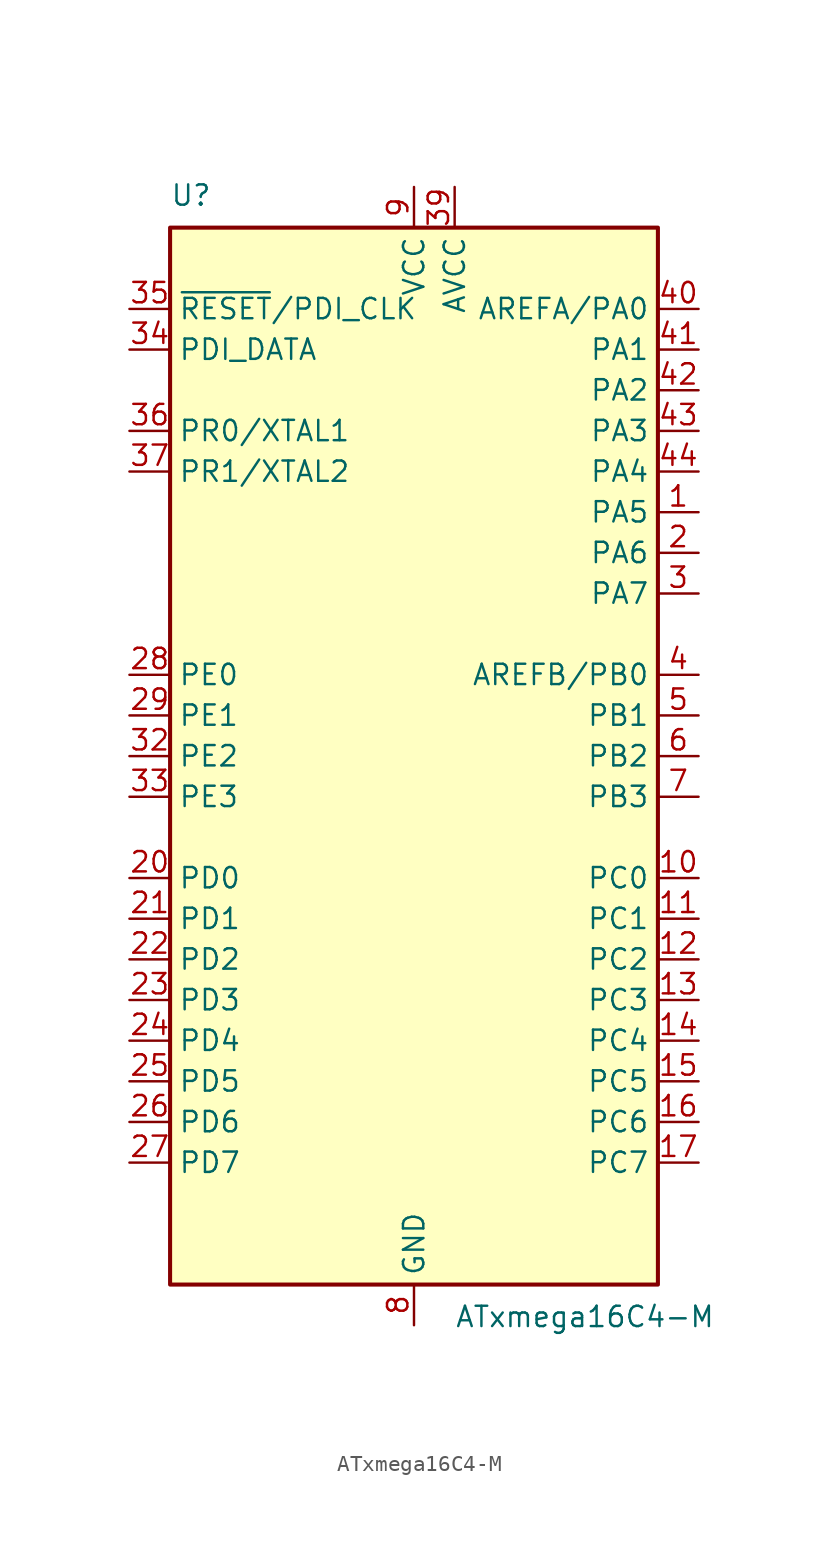
<source format=kicad_sym>
(kicad_symbol_lib
  (version 20241209)
  (generator "kicad_symbol_editor")
  (generator_version "9.0")
  (symbol "ATxmega16C4-M"
    (property "Reference" "U"
      (at -15.24 34.29 0)
      (effects (font (size 1.27 1.27)) (justify left bottom)))
    (property "Value" "ATxmega16C4-M"
      (at 2.54 -34.29 0)
      (effects (font (size 1.27 1.27)) (justify left top)))
    (symbol "ATxmega16C4-M_0_1"
      (rectangle (start -15.24 -33.02) (end 15.24 33.02) (stroke (width 0.254) (type default)) (fill (type background))))
    (symbol "ATxmega16C4-M_1_1"
      (pin input line (at -17.78 27.94 0) (length 2.54) (name "~{RESET}/PDI_CLK" (effects (font (size 1.27 1.27)))) (number "35" (effects (font (size 1.27 1.27)))))
      (pin bidirectional line (at -17.78 25.4 0) (length 2.54) (name "PDI_DATA" (effects (font (size 1.27 1.27)))) (number "34" (effects (font (size 1.27 1.27)))))
      (pin bidirectional line (at -17.78 20.32 0) (length 2.54) (name "PR0/XTAL1" (effects (font (size 1.27 1.27)))) (number "36" (effects (font (size 1.27 1.27)))))
      (pin bidirectional line (at -17.78 17.78 0) (length 2.54) (name "PR1/XTAL2" (effects (font (size 1.27 1.27)))) (number "37" (effects (font (size 1.27 1.27)))))
      (pin bidirectional line (at -17.78 5.08 0) (length 2.54) (name "PE0" (effects (font (size 1.27 1.27)))) (number "28" (effects (font (size 1.27 1.27)))))
      (pin bidirectional line (at -17.78 2.54 0) (length 2.54) (name "PE1" (effects (font (size 1.27 1.27)))) (number "29" (effects (font (size 1.27 1.27)))))
      (pin bidirectional line (at -17.78 0 0) (length 2.54) (name "PE2" (effects (font (size 1.27 1.27)))) (number "32" (effects (font (size 1.27 1.27)))))
      (pin bidirectional line (at -17.78 -2.54 0) (length 2.54) (name "PE3" (effects (font (size 1.27 1.27)))) (number "33" (effects (font (size 1.27 1.27)))))
      (pin bidirectional line (at -17.78 -7.62 0) (length 2.54) (name "PD0" (effects (font (size 1.27 1.27)))) (number "20" (effects (font (size 1.27 1.27)))))
      (pin bidirectional line (at -17.78 -10.16 0) (length 2.54) (name "PD1" (effects (font (size 1.27 1.27)))) (number "21" (effects (font (size 1.27 1.27)))))
      (pin bidirectional line (at -17.78 -12.7 0) (length 2.54) (name "PD2" (effects (font (size 1.27 1.27)))) (number "22" (effects (font (size 1.27 1.27)))))
      (pin bidirectional line (at -17.78 -15.24 0) (length 2.54) (name "PD3" (effects (font (size 1.27 1.27)))) (number "23" (effects (font (size 1.27 1.27)))))
      (pin bidirectional line (at -17.78 -17.78 0) (length 2.54) (name "PD4" (effects (font (size 1.27 1.27)))) (number "24" (effects (font (size 1.27 1.27)))))
      (pin bidirectional line (at -17.78 -20.32 0) (length 2.54) (name "PD5" (effects (font (size 1.27 1.27)))) (number "25" (effects (font (size 1.27 1.27)))))
      (pin bidirectional line (at -17.78 -22.86 0) (length 2.54) (name "PD6" (effects (font (size 1.27 1.27)))) (number "26" (effects (font (size 1.27 1.27)))))
      (pin bidirectional line (at -17.78 -25.4 0) (length 2.54) (name "PD7" (effects (font (size 1.27 1.27)))) (number "27" (effects (font (size 1.27 1.27)))))
      (pin passive line (at 0 35.56 270) (length 2.54) (hide yes) (name "VCC" (effects (font (size 1.27 1.27)))) (number "19" (effects (font (size 1.27 1.27)))))
      (pin passive line (at 0 35.56 270) (length 2.54) (hide yes) (name "VCC" (effects (font (size 1.27 1.27)))) (number "31" (effects (font (size 1.27 1.27)))))
      (pin power_in line (at 0 35.56 270) (length 2.54) (name "VCC" (effects (font (size 1.27 1.27)))) (number "9" (effects (font (size 1.27 1.27)))))
      (pin passive line (at 0 -35.56 90) (length 2.54) (hide yes) (name "GND" (effects (font (size 1.27 1.27)))) (number "18" (effects (font (size 1.27 1.27)))))
      (pin passive line (at 0 -35.56 90) (length 2.54) (hide yes) (name "GND" (effects (font (size 1.27 1.27)))) (number "30" (effects (font (size 1.27 1.27)))))
      (pin passive line (at 0 -35.56 90) (length 2.54) (hide yes) (name "GND" (effects (font (size 1.27 1.27)))) (number "38" (effects (font (size 1.27 1.27)))))
      (pin passive line (at 0 -35.56 90) (length 2.54) (hide yes) (name "GND" (effects (font (size 1.27 1.27)))) (number "45" (effects (font (size 1.27 1.27)))))
      (pin power_in line (at 0 -35.56 90) (length 2.54) (name "GND" (effects (font (size 1.27 1.27)))) (number "8" (effects (font (size 1.27 1.27)))))
      (pin power_in line (at 2.54 35.56 270) (length 2.54) (name "AVCC" (effects (font (size 1.27 1.27)))) (number "39" (effects (font (size 1.27 1.27)))))
      (pin bidirectional line (at 17.78 27.94 180) (length 2.54) (name "AREFA/PA0" (effects (font (size 1.27 1.27)))) (number "40" (effects (font (size 1.27 1.27)))))
      (pin bidirectional line (at 17.78 25.4 180) (length 2.54) (name "PA1" (effects (font (size 1.27 1.27)))) (number "41" (effects (font (size 1.27 1.27)))))
      (pin bidirectional line (at 17.78 22.86 180) (length 2.54) (name "PA2" (effects (font (size 1.27 1.27)))) (number "42" (effects (font (size 1.27 1.27)))))
      (pin bidirectional line (at 17.78 20.32 180) (length 2.54) (name "PA3" (effects (font (size 1.27 1.27)))) (number "43" (effects (font (size 1.27 1.27)))))
      (pin bidirectional line (at 17.78 17.78 180) (length 2.54) (name "PA4" (effects (font (size 1.27 1.27)))) (number "44" (effects (font (size 1.27 1.27)))))
      (pin bidirectional line (at 17.78 15.24 180) (length 2.54) (name "PA5" (effects (font (size 1.27 1.27)))) (number "1" (effects (font (size 1.27 1.27)))))
      (pin bidirectional line (at 17.78 12.7 180) (length 2.54) (name "PA6" (effects (font (size 1.27 1.27)))) (number "2" (effects (font (size 1.27 1.27)))))
      (pin bidirectional line (at 17.78 10.16 180) (length 2.54) (name "PA7" (effects (font (size 1.27 1.27)))) (number "3" (effects (font (size 1.27 1.27)))))
      (pin bidirectional line (at 17.78 5.08 180) (length 2.54) (name "AREFB/PB0" (effects (font (size 1.27 1.27)))) (number "4" (effects (font (size 1.27 1.27)))))
      (pin bidirectional line (at 17.78 2.54 180) (length 2.54) (name "PB1" (effects (font (size 1.27 1.27)))) (number "5" (effects (font (size 1.27 1.27)))))
      (pin bidirectional line (at 17.78 0 180) (length 2.54) (name "PB2" (effects (font (size 1.27 1.27)))) (number "6" (effects (font (size 1.27 1.27)))))
      (pin bidirectional line (at 17.78 -2.54 180) (length 2.54) (name "PB3" (effects (font (size 1.27 1.27)))) (number "7" (effects (font (size 1.27 1.27)))))
      (pin bidirectional line (at 17.78 -7.62 180) (length 2.54) (name "PC0" (effects (font (size 1.27 1.27)))) (number "10" (effects (font (size 1.27 1.27)))))
      (pin bidirectional line (at 17.78 -10.16 180) (length 2.54) (name "PC1" (effects (font (size 1.27 1.27)))) (number "11" (effects (font (size 1.27 1.27)))))
      (pin bidirectional line (at 17.78 -12.7 180) (length 2.54) (name "PC2" (effects (font (size 1.27 1.27)))) (number "12" (effects (font (size 1.27 1.27)))))
      (pin bidirectional line (at 17.78 -15.24 180) (length 2.54) (name "PC3" (effects (font (size 1.27 1.27)))) (number "13" (effects (font (size 1.27 1.27)))))
      (pin bidirectional line (at 17.78 -17.78 180) (length 2.54) (name "PC4" (effects (font (size 1.27 1.27)))) (number "14" (effects (font (size 1.27 1.27)))))
      (pin bidirectional line (at 17.78 -20.32 180) (length 2.54) (name "PC5" (effects (font (size 1.27 1.27)))) (number "15" (effects (font (size 1.27 1.27)))))
      (pin bidirectional line (at 17.78 -22.86 180) (length 2.54) (name "PC6" (effects (font (size 1.27 1.27)))) (number "16" (effects (font (size 1.27 1.27)))))
      (pin bidirectional line (at 17.78 -25.4 180) (length 2.54) (name "PC7" (effects (font (size 1.27 1.27)))) (number "17" (effects (font (size 1.27 1.27))))))))
</source>
